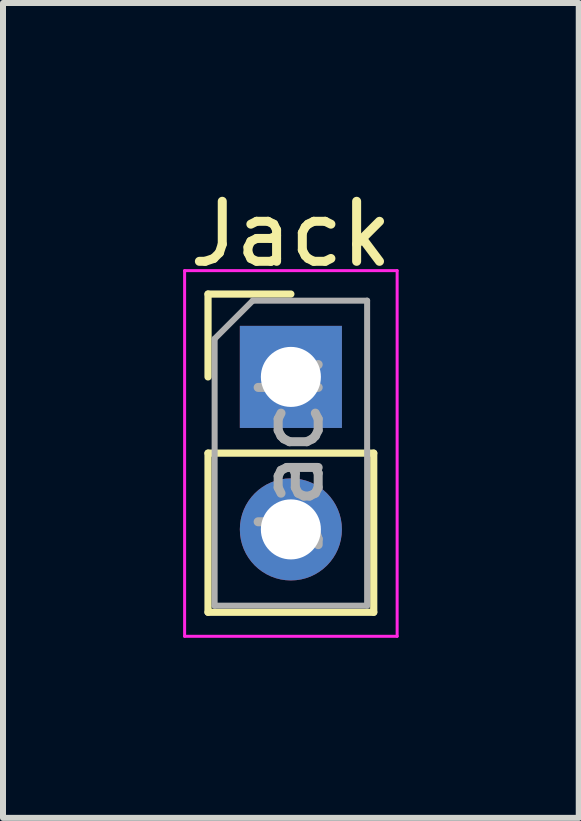
<source format=kicad_pcb>
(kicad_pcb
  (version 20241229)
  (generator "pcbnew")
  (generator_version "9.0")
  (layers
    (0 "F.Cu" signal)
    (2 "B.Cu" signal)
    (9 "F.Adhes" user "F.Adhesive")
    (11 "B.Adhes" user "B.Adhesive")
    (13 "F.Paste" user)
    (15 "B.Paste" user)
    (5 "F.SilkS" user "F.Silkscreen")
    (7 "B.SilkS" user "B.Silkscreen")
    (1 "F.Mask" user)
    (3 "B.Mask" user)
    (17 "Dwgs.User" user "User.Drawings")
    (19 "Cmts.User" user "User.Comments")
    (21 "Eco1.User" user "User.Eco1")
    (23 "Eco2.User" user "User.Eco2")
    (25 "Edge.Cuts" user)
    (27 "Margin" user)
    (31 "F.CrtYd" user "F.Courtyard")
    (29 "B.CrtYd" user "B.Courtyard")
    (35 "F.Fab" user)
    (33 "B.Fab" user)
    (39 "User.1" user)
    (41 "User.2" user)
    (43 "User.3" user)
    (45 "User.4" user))
  (footprint "Jack"
    (layer "F.Cu")
    (at 1.795 3.228)
    (property "Reference" "Jack" (at 0 -2.38 0) (layer "F.SilkS") (effects (font (size 1 1) (thickness 0.15))))
    (attr through_hole)
    (fp_line (start -1.38 -1.38) (end 0 -1.38) (stroke (width 0.12) (type solid)) (layer "F.SilkS"))
    (fp_line (start -1.38 0) (end -1.38 -1.38) (stroke (width 0.12) (type solid)) (layer "F.SilkS"))
    (fp_line (start -1.38 1.27) (end -1.38 3.92) (stroke (width 0.12) (type solid)) (layer "F.SilkS"))
    (fp_line (start -1.38 1.27) (end 1.38 1.27) (stroke (width 0.12) (type solid)) (layer "F.SilkS"))
    (fp_line (start -1.38 3.92) (end 1.38 3.92) (stroke (width 0.12) (type solid)) (layer "F.SilkS"))
    (fp_line (start 1.38 1.27) (end 1.38 3.92) (stroke (width 0.12) (type solid)) (layer "F.SilkS"))
    (fp_line (start -1.77 -1.77) (end -1.77 4.32) (stroke (width 0.05) (type solid)) (layer "F.CrtYd"))
    (fp_line (start -1.77 4.32) (end 1.77 4.32) (stroke (width 0.05) (type solid)) (layer "F.CrtYd"))
    (fp_line (start 1.77 -1.77) (end -1.77 -1.77) (stroke (width 0.05) (type solid)) (layer "F.CrtYd"))
    (fp_line (start 1.77 4.32) (end 1.77 -1.77) (stroke (width 0.05) (type solid)) (layer "F.CrtYd"))
    (fp_line (start -1.27 -0.635) (end -0.635 -1.27) (stroke (width 0.1) (type solid)) (layer "F.Fab"))
    (fp_line (start -1.27 3.81) (end -1.27 -0.635) (stroke (width 0.1) (type solid)) (layer "F.Fab"))
    (fp_line (start -0.635 -1.27) (end 1.27 -1.27) (stroke (width 0.1) (type solid)) (layer "F.Fab"))
    (fp_line (start 1.27 -1.27) (end 1.27 3.81) (stroke (width 0.1) (type solid)) (layer "F.Fab"))
    (fp_line (start 1.27 3.81) (end -1.27 3.81) (stroke (width 0.1) (type solid)) (layer "F.Fab"))
    (fp_text user "${REFERENCE}" (at 0 1.27 90) (layer "F.Fab") (effects (font (size 1 1) (thickness 0.15))))
    (pad "S" thru_hole rect (at 0 0) (size 1.7 1.7) (drill 1) (layers "*.Cu" "*.Mask"))
    (pad "T" thru_hole circle (at 0 2.54) (size 1.7 1.7) (drill 1) (layers "*.Cu" "*.Mask")))
  (gr_rect
    (start -3 -3)
    (end 6.59 10.573)
    (stroke (width 0.1) (type default))
    (fill no)
    (layer "Edge.Cuts")))
</source>
